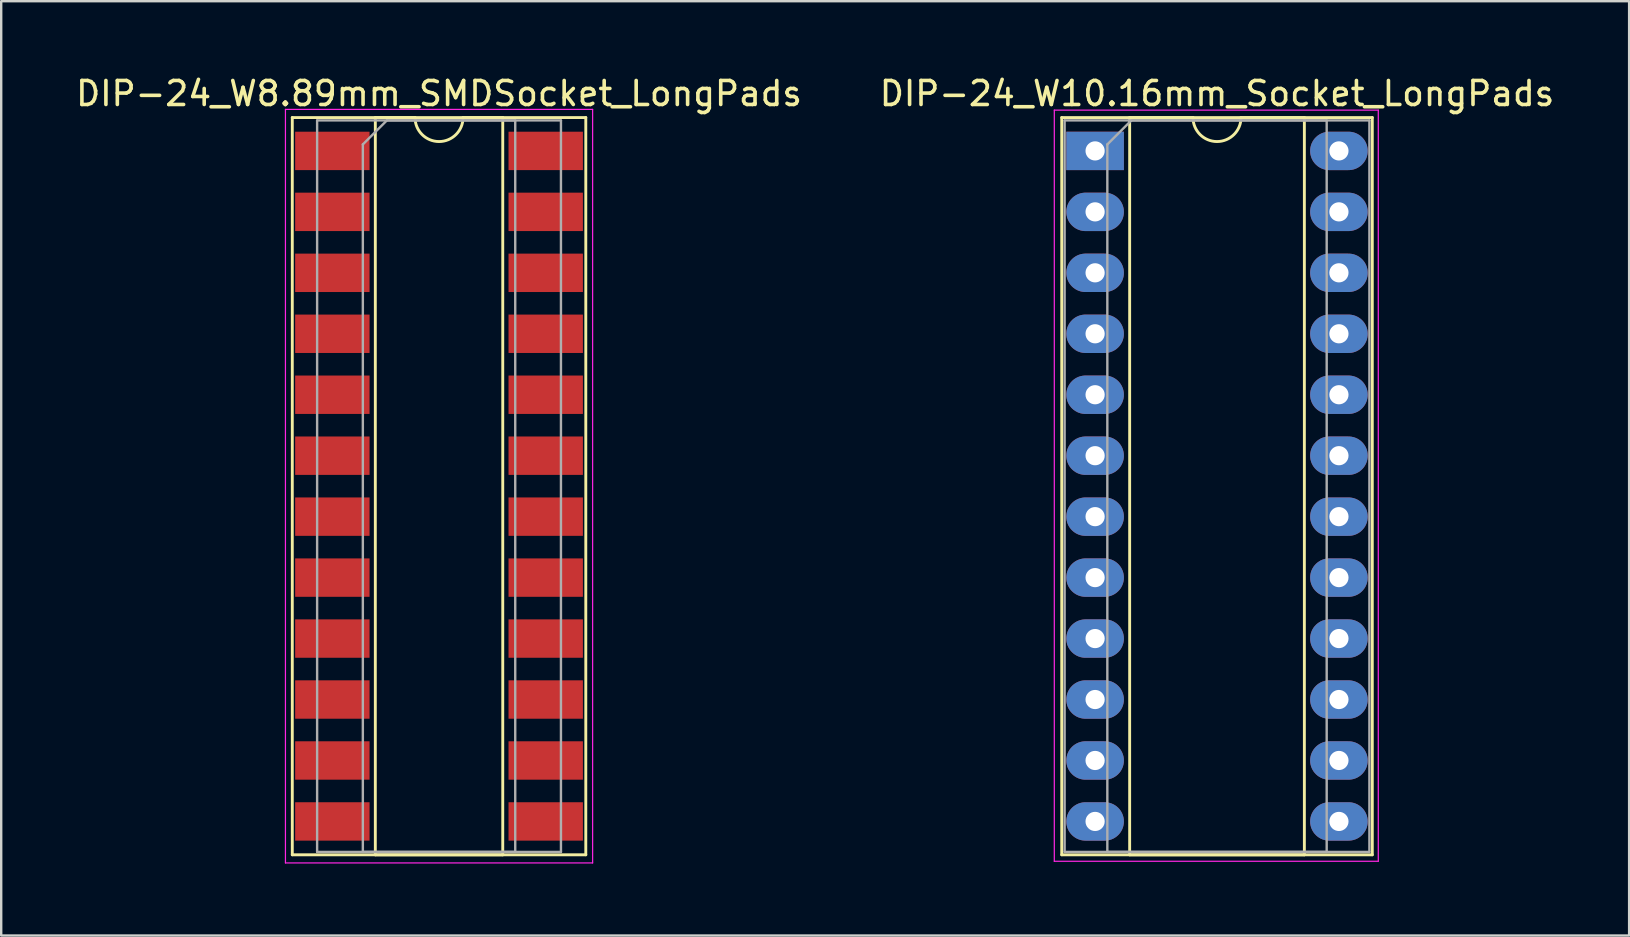
<source format=kicad_pcb>
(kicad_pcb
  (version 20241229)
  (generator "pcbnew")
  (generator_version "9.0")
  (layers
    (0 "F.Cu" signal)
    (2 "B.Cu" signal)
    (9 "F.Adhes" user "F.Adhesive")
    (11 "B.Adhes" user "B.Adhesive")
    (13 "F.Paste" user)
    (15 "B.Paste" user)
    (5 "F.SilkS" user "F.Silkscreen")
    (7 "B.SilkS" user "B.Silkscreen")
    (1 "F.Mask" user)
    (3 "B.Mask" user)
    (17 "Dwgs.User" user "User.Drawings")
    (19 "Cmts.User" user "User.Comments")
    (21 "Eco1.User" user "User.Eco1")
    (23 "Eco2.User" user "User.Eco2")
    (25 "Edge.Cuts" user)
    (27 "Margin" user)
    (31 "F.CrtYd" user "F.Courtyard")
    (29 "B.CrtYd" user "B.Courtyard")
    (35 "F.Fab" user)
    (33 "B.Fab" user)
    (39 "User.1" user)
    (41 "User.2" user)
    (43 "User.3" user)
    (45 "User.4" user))
  (footprint "DIP-24_W8.89mm_SMDSocket_LongPads"
    (layer "F.Cu")
    (at 15.244 17.208)
    (property "Reference" "DIP-24_W8.89mm_SMDSocket_LongPads" (at 0 -16.36 0) (layer "F.SilkS") (effects (font (size 1 1) (thickness 0.15))))
    (attr smd)
    (fp_line (start -6.115 -15.36) (end -6.115 15.36) (stroke (width 0.12) (type solid)) (layer "F.SilkS"))
    (fp_line (start -6.115 15.36) (end 6.115 15.36) (stroke (width 0.12) (type solid)) (layer "F.SilkS"))
    (fp_line (start -2.655 -15.36) (end -2.655 15.36) (stroke (width 0.12) (type solid)) (layer "F.SilkS"))
    (fp_line (start -2.655 15.36) (end 2.655 15.36) (stroke (width 0.12) (type solid)) (layer "F.SilkS"))
    (fp_line (start -1 -15.36) (end -2.655 -15.36) (stroke (width 0.12) (type solid)) (layer "F.SilkS"))
    (fp_line (start 2.655 -15.36) (end 1 -15.36) (stroke (width 0.12) (type solid)) (layer "F.SilkS"))
    (fp_line (start 2.655 15.36) (end 2.655 -15.36) (stroke (width 0.12) (type solid)) (layer "F.SilkS"))
    (fp_line (start 6.115 -15.36) (end -6.115 -15.36) (stroke (width 0.12) (type solid)) (layer "F.SilkS"))
    (fp_line (start 6.115 15.36) (end 6.115 -15.36) (stroke (width 0.12) (type solid)) (layer "F.SilkS"))
    (fp_arc (start 1 -15.36) (mid 0 -14.36) (end -1 -15.36) (stroke (width 0.12) (type solid)) (layer "F.SilkS"))
    (fp_line (start -6.4 -15.7) (end -6.4 15.7) (stroke (width 0.05) (type solid)) (layer "F.CrtYd"))
    (fp_line (start -6.4 15.7) (end 6.4 15.7) (stroke (width 0.05) (type solid)) (layer "F.CrtYd"))
    (fp_line (start 6.4 -15.7) (end -6.4 -15.7) (stroke (width 0.05) (type solid)) (layer "F.CrtYd"))
    (fp_line (start 6.4 15.7) (end 6.4 -15.7) (stroke (width 0.05) (type solid)) (layer "F.CrtYd"))
    (fp_line (start -5.08 -15.24) (end -5.08 15.24) (stroke (width 0.1) (type solid)) (layer "F.Fab"))
    (fp_line (start -5.08 15.24) (end 5.08 15.24) (stroke (width 0.1) (type solid)) (layer "F.Fab"))
    (fp_line (start -3.175 -14.24) (end -2.175 -15.24) (stroke (width 0.1) (type solid)) (layer "F.Fab"))
    (fp_line (start -3.175 15.24) (end -3.175 -14.24) (stroke (width 0.1) (type solid)) (layer "F.Fab"))
    (fp_line (start -2.175 -15.24) (end 3.175 -15.24) (stroke (width 0.1) (type solid)) (layer "F.Fab"))
    (fp_line (start 3.175 -15.24) (end 3.175 15.24) (stroke (width 0.1) (type solid)) (layer "F.Fab"))
    (fp_line (start 3.175 15.24) (end -3.175 15.24) (stroke (width 0.1) (type solid)) (layer "F.Fab"))
    (fp_line (start 5.08 -15.24) (end -5.08 -15.24) (stroke (width 0.1) (type solid)) (layer "F.Fab"))
    (fp_line (start 5.08 15.24) (end 5.08 -15.24) (stroke (width 0.1) (type solid)) (layer "F.Fab"))
    (pad "1" smd rect (at -4.445 -13.97) (size 3.1 1.6) (layers "F.Cu" "F.Mask"))
    (pad "2" smd rect (at -4.445 -11.43) (size 3.1 1.6) (layers "F.Cu" "F.Mask"))
    (pad "3" smd rect (at -4.445 -8.89) (size 3.1 1.6) (layers "F.Cu" "F.Mask"))
    (pad "4" smd rect (at -4.445 -6.35) (size 3.1 1.6) (layers "F.Cu" "F.Mask"))
    (pad "5" smd rect (at -4.445 -3.81) (size 3.1 1.6) (layers "F.Cu" "F.Mask"))
    (pad "6" smd rect (at -4.445 -1.27) (size 3.1 1.6) (layers "F.Cu" "F.Mask"))
    (pad "7" smd rect (at -4.445 1.27) (size 3.1 1.6) (layers "F.Cu" "F.Mask"))
    (pad "8" smd rect (at -4.445 3.81) (size 3.1 1.6) (layers "F.Cu" "F.Mask"))
    (pad "9" smd rect (at -4.445 6.35) (size 3.1 1.6) (layers "F.Cu" "F.Mask"))
    (pad "10" smd rect (at -4.445 8.89) (size 3.1 1.6) (layers "F.Cu" "F.Mask"))
    (pad "11" smd rect (at -4.445 11.43) (size 3.1 1.6) (layers "F.Cu" "F.Mask"))
    (pad "12" smd rect (at -4.445 13.97) (size 3.1 1.6) (layers "F.Cu" "F.Mask"))
    (pad "13" smd rect (at 4.445 13.97) (size 3.1 1.6) (layers "F.Cu" "F.Mask"))
    (pad "14" smd rect (at 4.445 11.43) (size 3.1 1.6) (layers "F.Cu" "F.Mask"))
    (pad "15" smd rect (at 4.445 8.89) (size 3.1 1.6) (layers "F.Cu" "F.Mask"))
    (pad "16" smd rect (at 4.445 6.35) (size 3.1 1.6) (layers "F.Cu" "F.Mask"))
    (pad "17" smd rect (at 4.445 3.81) (size 3.1 1.6) (layers "F.Cu" "F.Mask"))
    (pad "18" smd rect (at 4.445 1.27) (size 3.1 1.6) (layers "F.Cu" "F.Mask"))
    (pad "19" smd rect (at 4.445 -1.27) (size 3.1 1.6) (layers "F.Cu" "F.Mask"))
    (pad "20" smd rect (at 4.445 -3.81) (size 3.1 1.6) (layers "F.Cu" "F.Mask"))
    (pad "21" smd rect (at 4.445 -6.35) (size 3.1 1.6) (layers "F.Cu" "F.Mask"))
    (pad "22" smd rect (at 4.445 -8.89) (size 3.1 1.6) (layers "F.Cu" "F.Mask"))
    (pad "23" smd rect (at 4.445 -11.43) (size 3.1 1.6) (layers "F.Cu" "F.Mask"))
    (pad "24" smd rect (at 4.445 -13.97) (size 3.1 1.6) (layers "F.Cu" "F.Mask")))
  (footprint "DIP-24_W10.16mm_Socket_LongPads"
    (layer "F.Cu")
    (at 42.581 3.238)
    (property "Reference" "DIP-24_W10.16mm_Socket_LongPads" (at 5.08 -2.39 0) (layer "F.SilkS") (effects (font (size 1 1) (thickness 0.15))))
    (attr through_hole)
    (fp_line (start -1.39 -1.39) (end -1.39 29.33) (stroke (width 0.12) (type solid)) (layer "F.SilkS"))
    (fp_line (start -1.39 29.33) (end 11.55 29.33) (stroke (width 0.12) (type solid)) (layer "F.SilkS"))
    (fp_line (start 1.44 -1.39) (end 1.44 29.33) (stroke (width 0.12) (type solid)) (layer "F.SilkS"))
    (fp_line (start 1.44 29.33) (end 8.72 29.33) (stroke (width 0.12) (type solid)) (layer "F.SilkS"))
    (fp_line (start 4.08 -1.39) (end 1.44 -1.39) (stroke (width 0.12) (type solid)) (layer "F.SilkS"))
    (fp_line (start 8.72 -1.39) (end 6.08 -1.39) (stroke (width 0.12) (type solid)) (layer "F.SilkS"))
    (fp_line (start 8.72 29.33) (end 8.72 -1.39) (stroke (width 0.12) (type solid)) (layer "F.SilkS"))
    (fp_line (start 11.55 -1.39) (end -1.39 -1.39) (stroke (width 0.12) (type solid)) (layer "F.SilkS"))
    (fp_line (start 11.55 29.33) (end 11.55 -1.39) (stroke (width 0.12) (type solid)) (layer "F.SilkS"))
    (fp_arc (start 6.08 -1.39) (mid 5.08 -0.39) (end 4.08 -1.39) (stroke (width 0.12) (type solid)) (layer "F.SilkS"))
    (fp_line (start -1.7 -1.7) (end -1.7 29.6) (stroke (width 0.05) (type solid)) (layer "F.CrtYd"))
    (fp_line (start -1.7 29.6) (end 11.8 29.6) (stroke (width 0.05) (type solid)) (layer "F.CrtYd"))
    (fp_line (start 11.8 -1.7) (end -1.7 -1.7) (stroke (width 0.05) (type solid)) (layer "F.CrtYd"))
    (fp_line (start 11.8 29.6) (end 11.8 -1.7) (stroke (width 0.05) (type solid)) (layer "F.CrtYd"))
    (fp_line (start -1.27 -1.27) (end -1.27 29.21) (stroke (width 0.1) (type solid)) (layer "F.Fab"))
    (fp_line (start -1.27 29.21) (end 11.43 29.21) (stroke (width 0.1) (type solid)) (layer "F.Fab"))
    (fp_line (start 0.51 -0.27) (end 1.51 -1.27) (stroke (width 0.1) (type solid)) (layer "F.Fab"))
    (fp_line (start 0.51 29.21) (end 0.51 -0.27) (stroke (width 0.1) (type solid)) (layer "F.Fab"))
    (fp_line (start 1.51 -1.27) (end 9.65 -1.27) (stroke (width 0.1) (type solid)) (layer "F.Fab"))
    (fp_line (start 9.65 -1.27) (end 9.65 29.21) (stroke (width 0.1) (type solid)) (layer "F.Fab"))
    (fp_line (start 9.65 29.21) (end 0.51 29.21) (stroke (width 0.1) (type solid)) (layer "F.Fab"))
    (fp_line (start 11.43 -1.27) (end -1.27 -1.27) (stroke (width 0.1) (type solid)) (layer "F.Fab"))
    (fp_line (start 11.43 29.21) (end 11.43 -1.27) (stroke (width 0.1) (type solid)) (layer "F.Fab"))
    (pad "1" thru_hole rect (at 0 0) (size 2.4 1.6) (drill 0.8) (layers "*.Cu" "*.Mask"))
    (pad "2" thru_hole oval (at 0 2.54) (size 2.4 1.6) (drill 0.8) (layers "*.Cu" "*.Mask"))
    (pad "3" thru_hole oval (at 0 5.08) (size 2.4 1.6) (drill 0.8) (layers "*.Cu" "*.Mask"))
    (pad "4" thru_hole oval (at 0 7.62) (size 2.4 1.6) (drill 0.8) (layers "*.Cu" "*.Mask"))
    (pad "5" thru_hole oval (at 0 10.16) (size 2.4 1.6) (drill 0.8) (layers "*.Cu" "*.Mask"))
    (pad "6" thru_hole oval (at 0 12.7) (size 2.4 1.6) (drill 0.8) (layers "*.Cu" "*.Mask"))
    (pad "7" thru_hole oval (at 0 15.24) (size 2.4 1.6) (drill 0.8) (layers "*.Cu" "*.Mask"))
    (pad "8" thru_hole oval (at 0 17.78) (size 2.4 1.6) (drill 0.8) (layers "*.Cu" "*.Mask"))
    (pad "9" thru_hole oval (at 0 20.32) (size 2.4 1.6) (drill 0.8) (layers "*.Cu" "*.Mask"))
    (pad "10" thru_hole oval (at 0 22.86) (size 2.4 1.6) (drill 0.8) (layers "*.Cu" "*.Mask"))
    (pad "11" thru_hole oval (at 0 25.4) (size 2.4 1.6) (drill 0.8) (layers "*.Cu" "*.Mask"))
    (pad "12" thru_hole oval (at 0 27.94) (size 2.4 1.6) (drill 0.8) (layers "*.Cu" "*.Mask"))
    (pad "13" thru_hole oval (at 10.16 27.94) (size 2.4 1.6) (drill 0.8) (layers "*.Cu" "*.Mask"))
    (pad "14" thru_hole oval (at 10.16 25.4) (size 2.4 1.6) (drill 0.8) (layers "*.Cu" "*.Mask"))
    (pad "15" thru_hole oval (at 10.16 22.86) (size 2.4 1.6) (drill 0.8) (layers "*.Cu" "*.Mask"))
    (pad "16" thru_hole oval (at 10.16 20.32) (size 2.4 1.6) (drill 0.8) (layers "*.Cu" "*.Mask"))
    (pad "17" thru_hole oval (at 10.16 17.78) (size 2.4 1.6) (drill 0.8) (layers "*.Cu" "*.Mask"))
    (pad "18" thru_hole oval (at 10.16 15.24) (size 2.4 1.6) (drill 0.8) (layers "*.Cu" "*.Mask"))
    (pad "19" thru_hole oval (at 10.16 12.7) (size 2.4 1.6) (drill 0.8) (layers "*.Cu" "*.Mask"))
    (pad "20" thru_hole oval (at 10.16 10.16) (size 2.4 1.6) (drill 0.8) (layers "*.Cu" "*.Mask"))
    (pad "21" thru_hole oval (at 10.16 7.62) (size 2.4 1.6) (drill 0.8) (layers "*.Cu" "*.Mask"))
    (pad "22" thru_hole oval (at 10.16 5.08) (size 2.4 1.6) (drill 0.8) (layers "*.Cu" "*.Mask"))
    (pad "23" thru_hole oval (at 10.16 2.54) (size 2.4 1.6) (drill 0.8) (layers "*.Cu" "*.Mask"))
    (pad "24" thru_hole oval (at 10.16 0) (size 2.4 1.6) (drill 0.8) (layers "*.Cu" "*.Mask")))
  (gr_rect
    (start -3 -3)
    (end 64.833 35.933)
    (stroke (width 0.1) (type default))
    (fill no)
    (layer "Edge.Cuts")))
</source>
